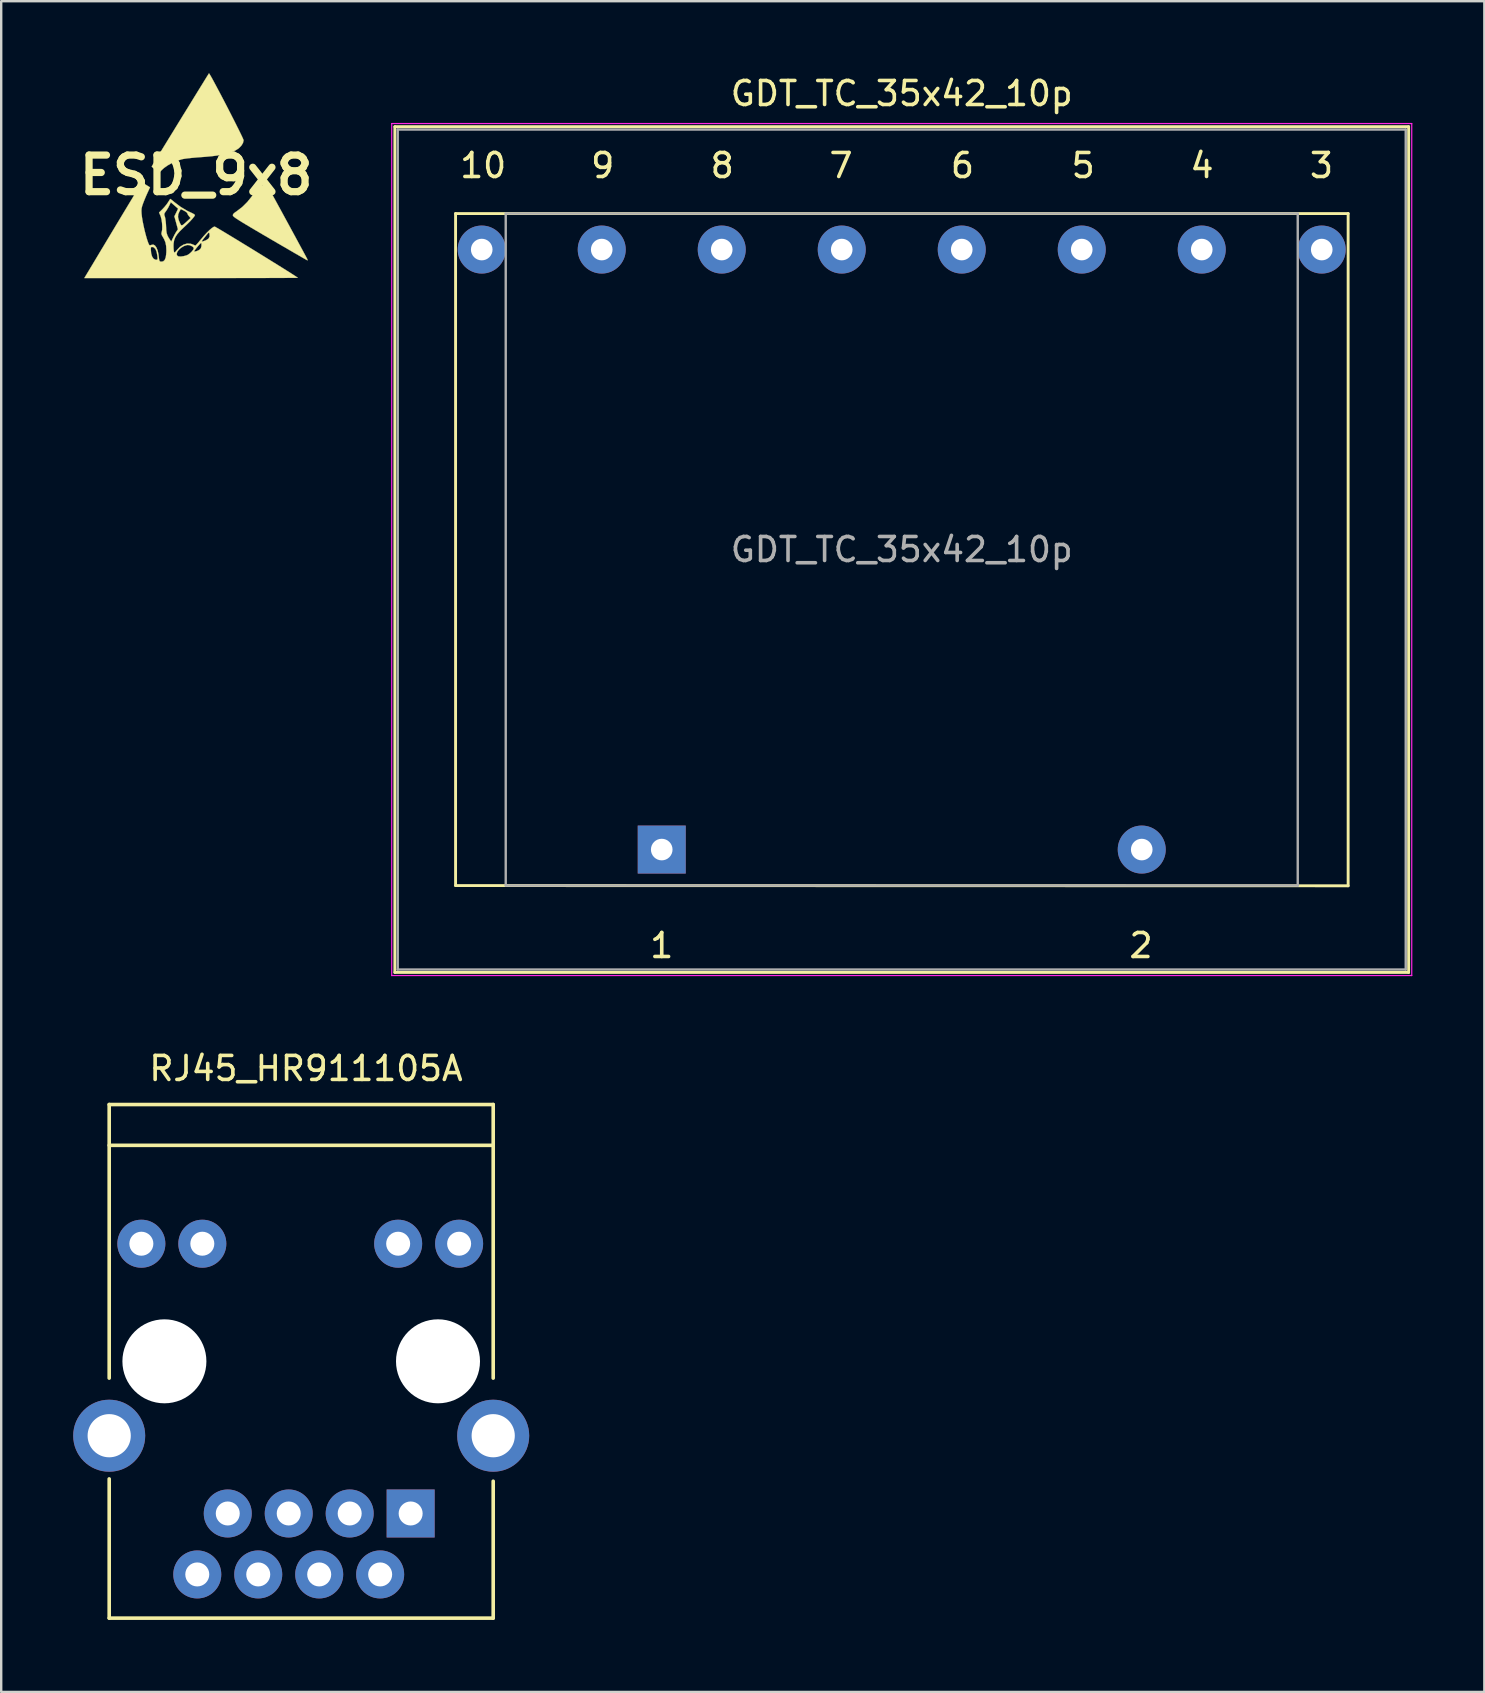
<source format=kicad_pcb>
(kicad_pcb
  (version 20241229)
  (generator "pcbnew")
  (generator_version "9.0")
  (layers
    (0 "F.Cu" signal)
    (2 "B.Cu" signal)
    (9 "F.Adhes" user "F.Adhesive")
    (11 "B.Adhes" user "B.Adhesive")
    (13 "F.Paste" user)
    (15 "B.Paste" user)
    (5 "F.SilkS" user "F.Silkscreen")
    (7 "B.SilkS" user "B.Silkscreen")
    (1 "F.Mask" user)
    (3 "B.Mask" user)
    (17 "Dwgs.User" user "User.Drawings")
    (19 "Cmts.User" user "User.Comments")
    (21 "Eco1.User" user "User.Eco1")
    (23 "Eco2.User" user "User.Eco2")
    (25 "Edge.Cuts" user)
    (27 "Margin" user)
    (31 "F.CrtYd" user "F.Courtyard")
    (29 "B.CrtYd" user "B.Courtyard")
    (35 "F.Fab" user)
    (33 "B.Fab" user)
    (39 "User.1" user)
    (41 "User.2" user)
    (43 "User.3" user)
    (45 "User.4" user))
  (footprint "ESD_9x8"
    (layer "F.Cu")
    (at 5.124 4.246)
    (property "Reference" "ESD_9x8" (at 0 0 0) (layer "F.SilkS") (effects (font (size 1.524 1.524) (thickness 0.3))))
    (attr through_hole)
    (fp_poly (pts (xy 2.935 0.385) (xy 2.935 0.385) (xy 2.951 0.412) (xy 2.99 0.483) (xy 3.052 0.594) (xy 3.131 0.739) (xy 3.227 0.914) (xy 3.335 1.112) (xy 3.453 1.329) (xy 3.579 1.559) (xy 3.709 1.799) (xy 3.841 2.041) (xy 3.972 2.282) (xy 4.099 2.516) (xy 4.219 2.738) (xy 4.33 2.943) (xy 4.429 3.126) (xy 4.513 3.282) (xy 4.579 3.404) (xy 4.624 3.49) (xy 4.625 3.493) (xy 4.643 3.538) (xy 4.636 3.553) (xy 4.609 3.539) (xy 4.537 3.498) (xy 4.424 3.434) (xy 4.276 3.348) (xy 4.095 3.244) (xy 3.887 3.123) (xy 3.655 2.988) (xy 3.403 2.842) (xy 3.136 2.686) (xy 3.076 2.651) (xy 2.758 2.465) (xy 2.486 2.305) (xy 2.256 2.169) (xy 2.065 2.055) (xy 1.909 1.961) (xy 1.786 1.884) (xy 1.691 1.823) (xy 1.621 1.775) (xy 1.574 1.738) (xy 1.545 1.711) (xy 1.532 1.691) (xy 1.529 1.684) (xy 1.533 1.644) (xy 1.559 1.604) (xy 1.616 1.555) (xy 1.714 1.487) (xy 1.716 1.485) (xy 1.927 1.322) (xy 2.131 1.119) (xy 2.313 0.893) (xy 2.418 0.733) (xy 2.484 0.625) (xy 2.535 0.553) (xy 2.583 0.506) (xy 2.643 0.471) (xy 2.726 0.435) (xy 2.733 0.432) (xy 2.826 0.4) (xy 2.898 0.383) (xy 2.935 0.385)) (stroke (width 0.01) (type solid)) (fill yes) (layer "F.SilkS"))
    (fp_poly (pts (xy 0.55 -4.221) (xy 0.589 -4.157) (xy 0.649 -4.053) (xy 0.724 -3.915) (xy 0.814 -3.748) (xy 0.915 -3.558) (xy 1.025 -3.351) (xy 1.14 -3.131) (xy 1.258 -2.904) (xy 1.375 -2.676) (xy 1.49 -2.451) (xy 1.599 -2.237) (xy 1.699 -2.037) (xy 1.789 -1.857) (xy 1.864 -1.704) (xy 1.922 -1.582) (xy 1.96 -1.496) (xy 1.975 -1.453) (xy 1.976 -1.451) (xy 1.95 -1.337) (xy 1.878 -1.221) (xy 1.77 -1.114) (xy 1.639 -1.03) (xy 1.491 -0.964) (xy 1.326 -0.907) (xy 1.139 -0.861) (xy 0.922 -0.822) (xy 0.667 -0.789) (xy 0.368 -0.761) (xy 0.183 -0.748) (xy -0.007 -0.733) (xy -0.192 -0.716) (xy -0.357 -0.698) (xy -0.492 -0.68) (xy -0.584 -0.663) (xy -0.593 -0.661) (xy -0.791 -0.599) (xy -0.992 -0.512) (xy -1.179 -0.41) (xy -1.335 -0.301) (xy -1.39 -0.252) (xy -1.461 -0.184) (xy -1.513 -0.135) (xy -1.536 -0.114) (xy -1.536 -0.114) (xy -1.559 -0.13) (xy -1.615 -0.169) (xy -1.694 -0.224) (xy -1.701 -0.229) (xy -1.78 -0.287) (xy -1.834 -0.334) (xy -1.853 -0.361) (xy -1.853 -0.361) (xy -1.824 -0.408) (xy -1.771 -0.497) (xy -1.694 -0.623) (xy -1.597 -0.781) (xy -1.482 -0.968) (xy -1.353 -1.179) (xy -1.211 -1.41) (xy -1.06 -1.656) (xy -0.902 -1.913) (xy -0.741 -2.176) (xy -0.578 -2.441) (xy -0.416 -2.703) (xy -0.258 -2.959) (xy -0.108 -3.204) (xy 0.034 -3.434) (xy 0.163 -3.643) (xy 0.277 -3.828) (xy 0.373 -3.984) (xy 0.449 -4.107) (xy 0.503 -4.192) (xy 0.53 -4.236) (xy 0.533 -4.241) (xy 0.55 -4.221)) (stroke (width 0.01) (type solid)) (fill yes) (layer "F.SilkS"))
    (fp_poly (pts (xy -2.227 0.324) (xy -2.164 0.361) (xy -2.083 0.41) (xy -1.923 0.51) (xy -2.031 0.742) (xy -2.092 0.881) (xy -2.156 1.033) (xy -2.209 1.17) (xy -2.215 1.185) (xy -2.255 1.304) (xy -2.276 1.397) (xy -2.281 1.492) (xy -2.275 1.616) (xy -2.274 1.623) (xy -2.259 1.752) (xy -2.234 1.906) (xy -2.2 2.077) (xy -2.161 2.254) (xy -2.118 2.428) (xy -2.074 2.59) (xy -2.031 2.73) (xy -1.992 2.838) (xy -1.959 2.906) (xy -1.944 2.923) (xy -1.903 2.923) (xy -1.863 2.907) (xy -1.789 2.894) (xy -1.719 2.932) (xy -1.657 3.016) (xy -1.606 3.142) (xy -1.57 3.303) (xy -1.559 3.392) (xy -1.547 3.498) (xy -1.534 3.561) (xy -1.514 3.592) (xy -1.483 3.604) (xy -1.463 3.607) (xy -1.376 3.595) (xy -1.312 3.536) (xy -1.269 3.427) (xy -1.247 3.274) (xy -0.812 3.274) (xy -0.803 3.338) (xy -0.754 3.381) (xy -0.734 3.387) (xy -0.64 3.393) (xy -0.522 3.377) (xy -0.405 3.345) (xy -0.346 3.32) (xy -0.264 3.262) (xy -0.182 3.184) (xy -0.176 3.176) (xy -0.085 3.176) (xy -0.063 3.186) (xy -0.008 3.176) (xy 0.061 3.151) (xy 0.128 3.116) (xy 0.141 3.107) (xy 0.194 3.05) (xy 0.218 2.966) (xy 0.22 2.936) (xy 0.22 2.864) (xy 0.209 2.828) (xy 0.202 2.826) (xy 0.173 2.852) (xy 0.121 2.908) (xy 0.058 2.981) (xy -0.004 3.058) (xy -0.054 3.125) (xy -0.082 3.169) (xy -0.085 3.176) (xy -0.176 3.176) (xy -0.121 3.104) (xy -0.104 3.068) (xy -0.107 3.023) (xy -0.157 2.976) (xy -0.177 2.963) (xy -0.278 2.918) (xy -0.377 2.913) (xy -0.493 2.95) (xy -0.526 2.965) (xy -0.637 3.033) (xy -0.724 3.113) (xy -0.784 3.196) (xy -0.812 3.274) (xy -1.247 3.274) (xy -1.246 3.268) (xy -1.242 3.136) (xy -1.251 2.954) (xy -1.28 2.807) (xy -1.333 2.675) (xy -1.379 2.594) (xy -1.428 2.51) (xy -1.448 2.452) (xy -1.444 2.4) (xy -1.435 2.369) (xy -1.417 2.273) (xy -1.414 2.142) (xy -1.423 1.994) (xy -1.444 1.85) (xy -1.475 1.729) (xy -1.489 1.69) (xy -1.519 1.623) (xy -1.33 1.623) (xy -1.323 1.677) (xy -1.304 1.732) (xy -1.286 1.812) (xy -1.27 1.928) (xy -1.258 2.063) (xy -1.255 2.134) (xy -1.247 2.293) (xy -1.23 2.414) (xy -1.198 2.514) (xy -1.146 2.612) (xy -1.094 2.689) (xy -1.039 2.768) (xy -0.957 2.595) (xy -0.905 2.491) (xy -0.852 2.397) (xy -0.817 2.34) (xy -0.76 2.26) (xy -0.9 1.746) (xy -0.757 1.746) (xy -0.728 1.873) (xy -0.692 1.962) (xy -0.657 2.039) (xy -0.627 2.084) (xy -0.593 2.094) (xy -0.545 2.069) (xy -0.473 2.009) (xy -0.388 1.932) (xy -0.233 1.789) (xy -0.3 1.711) (xy -0.345 1.649) (xy -0.367 1.598) (xy -0.367 1.593) (xy -0.39 1.559) (xy -0.45 1.514) (xy -0.504 1.484) (xy -0.641 1.414) (xy -0.701 1.522) (xy -0.748 1.634) (xy -0.757 1.746) (xy -0.9 1.746) (xy -0.908 1.717) (xy -0.83 1.559) (xy -0.753 1.4) (xy -0.905 1.265) (xy -1.058 1.131) (xy -1.119 1.264) (xy -1.174 1.37) (xy -1.24 1.476) (xy -1.262 1.506) (xy -1.311 1.575) (xy -1.33 1.623) (xy -1.519 1.623) (xy -1.547 1.559) (xy -1.407 1.422) (xy -1.318 1.325) (xy -1.23 1.217) (xy -1.179 1.143) (xy -1.13 1.066) (xy -1.095 1.011) (xy -1.083 0.992) (xy -1.06 1.004) (xy -1.005 1.045) (xy -0.93 1.107) (xy -0.912 1.123) (xy -0.641 1.328) (xy -0.355 1.497) (xy -0.226 1.557) (xy -0.137 1.6) (xy -0.074 1.639) (xy -0.05 1.667) (xy -0.051 1.668) (xy -0.082 1.725) (xy -0.152 1.813) (xy -0.255 1.926) (xy -0.388 2.058) (xy -0.526 2.188) (xy -0.681 2.339) (xy -0.795 2.47) (xy -0.872 2.592) (xy -0.919 2.715) (xy -0.941 2.849) (xy -0.945 2.949) (xy -0.942 3.057) (xy -0.934 3.147) (xy -0.924 3.2) (xy -0.907 3.224) (xy -0.883 3.217) (xy -0.843 3.173) (xy -0.803 3.123) (xy -0.677 2.991) (xy -0.534 2.9) (xy -0.386 2.854) (xy -0.24 2.856) (xy -0.131 2.893) (xy -0.069 2.922) (xy -0.031 2.935) (xy -0.03 2.935) (xy -0.006 2.914) (xy 0.046 2.858) (xy 0.117 2.776) (xy 0.129 2.76) (xy 0.233 2.76) (xy 0.241 2.765) (xy 0.258 2.765) (xy 0.305 2.754) (xy 0.381 2.726) (xy 0.415 2.711) (xy 0.513 2.646) (xy 0.559 2.56) (xy 0.555 2.451) (xy 0.552 2.44) (xy 0.541 2.405) (xy 0.526 2.397) (xy 0.497 2.419) (xy 0.446 2.478) (xy 0.403 2.531) (xy 0.32 2.635) (xy 0.267 2.703) (xy 0.24 2.742) (xy 0.233 2.76) (xy 0.129 2.76) (xy 0.185 2.692) (xy 0.314 2.539) (xy 0.439 2.403) (xy 0.555 2.29) (xy 0.654 2.205) (xy 0.731 2.156) (xy 0.768 2.145) (xy 0.799 2.159) (xy 0.872 2.201) (xy 0.984 2.266) (xy 1.129 2.352) (xy 1.303 2.457) (xy 1.501 2.577) (xy 1.719 2.709) (xy 1.952 2.852) (xy 2.196 3.001) (xy 2.445 3.154) (xy 2.695 3.308) (xy 2.941 3.46) (xy 3.179 3.608) (xy 3.405 3.748) (xy 3.612 3.877) (xy 3.798 3.994) (xy 3.956 4.094) (xy 4.084 4.176) (xy 4.175 4.236) (xy 4.225 4.271) (xy 4.233 4.279) (xy 4.206 4.28) (xy 4.124 4.281) (xy 3.993 4.282) (xy 3.814 4.283) (xy 3.59 4.284) (xy 3.326 4.285) (xy 3.023 4.286) (xy 2.684 4.287) (xy 2.313 4.288) (xy 1.913 4.288) (xy 1.486 4.289) (xy 1.036 4.289) (xy 0.566 4.29) (xy 0.078 4.29) (xy -0.213 4.29) (xy -4.66 4.29) (xy -4.595 4.181) (xy -4.275 3.649) (xy -3.984 3.163) (xy -3.934 3.081) (xy -1.89 3.081) (xy -1.89 3.096) (xy -1.876 3.26) (xy -1.838 3.391) (xy -1.778 3.481) (xy -1.701 3.525) (xy -1.671 3.528) (xy -1.633 3.525) (xy -1.613 3.509) (xy -1.609 3.465) (xy -1.616 3.382) (xy -1.619 3.354) (xy -1.649 3.193) (xy -1.699 3.078) (xy -1.767 3.011) (xy -1.815 2.997) (xy -1.864 2.996) (xy -1.886 3.019) (xy -1.89 3.081) (xy -3.934 3.081) (xy -3.719 2.722) (xy -3.481 2.325) (xy -3.267 1.969) (xy -3.077 1.653) (xy -2.909 1.375) (xy -2.764 1.134) (xy -2.639 0.928) (xy -2.534 0.754) (xy -2.447 0.612) (xy -2.378 0.499) (xy -2.325 0.414) (xy -2.289 0.356) (xy -2.266 0.322) (xy -2.257 0.31) (xy -2.257 0.31) (xy -2.227 0.324)) (stroke (width 0.01) (type solid)) (fill yes) (layer "F.SilkS")))
  (footprint "GDT_TC_35x42_10p"
    (layer "F.Cu")
    (at 24.522 32.348)
    (property "Reference" "GDT_TC_35x42_10p" (at 10 -31.5 0) (layer "F.SilkS") (effects (font (size 1 1) (thickness 0.15))))
    (attr through_hole)
    (fp_line (start -11.12 -30.12) (end -11.12 5.12) (stroke (width 0.12) (type solid)) (layer "F.SilkS"))
    (fp_line (start -11.12 -30.12) (end 31.12 -30.12) (stroke (width 0.12) (type solid)) (layer "F.SilkS"))
    (fp_line (start -8.59 -26.5) (end 28.6 -26.5) (stroke (width 0.12) (type solid)) (layer "F.SilkS"))
    (fp_line (start -8.59 1.5) (end -8.59 -26.5) (stroke (width 0.12) (type solid)) (layer "F.SilkS"))
    (fp_line (start 28.6 -26.5) (end 28.6 1.51) (stroke (width 0.12) (type solid)) (layer "F.SilkS"))
    (fp_line (start 28.6 1.51) (end -8.59 1.5) (stroke (width 0.12) (type solid)) (layer "F.SilkS"))
    (fp_line (start 31.12 5.12) (end -11.12 5.12) (stroke (width 0.12) (type solid)) (layer "F.SilkS"))
    (fp_line (start 31.12 5.12) (end 31.12 -30.12) (stroke (width 0.12) (type solid)) (layer "F.SilkS"))
    (fp_line (start -11.25 -30.25) (end -11.25 5.25) (stroke (width 0.05) (type solid)) (layer "F.CrtYd"))
    (fp_line (start -11.25 -30.25) (end 31.25 -30.25) (stroke (width 0.05) (type solid)) (layer "F.CrtYd"))
    (fp_line (start 31.25 5.25) (end -11.25 5.25) (stroke (width 0.05) (type solid)) (layer "F.CrtYd"))
    (fp_line (start 31.25 5.25) (end 31.25 -30.25) (stroke (width 0.05) (type solid)) (layer "F.CrtYd"))
    (fp_line (start -11 -30) (end 31 -30) (stroke (width 0.1) (type solid)) (layer "F.Fab"))
    (fp_line (start -11 5) (end -11 -30) (stroke (width 0.1) (type solid)) (layer "F.Fab"))
    (fp_line (start -6.5 -26.5) (end -6.5 1.5) (stroke (width 0.1) (type solid)) (layer "F.Fab"))
    (fp_line (start -6.5 1.5) (end 26.5 1.5) (stroke (width 0.1) (type solid)) (layer "F.Fab"))
    (fp_line (start 26.5 -26.5) (end -6.5 -26.5) (stroke (width 0.1) (type solid)) (layer "F.Fab"))
    (fp_line (start 26.5 1.5) (end 26.5 -26.5) (stroke (width 0.1) (type solid)) (layer "F.Fab"))
    (fp_line (start 31 -30) (end 31 5) (stroke (width 0.1) (type solid)) (layer "F.Fab"))
    (fp_line (start 31 5) (end -11 5) (stroke (width 0.1) (type solid)) (layer "F.Fab"))
    (fp_text user "8" (at 2.52 -28.5 0) (layer "F.SilkS") (effects (font (size 1 1) (thickness 0.15))))
    (fp_text user "6" (at 12.53 -28.5 0) (layer "F.SilkS") (effects (font (size 1 1) (thickness 0.15))))
    (fp_text user "5" (at 17.56 -28.5 0) (layer "F.SilkS") (effects (font (size 1 1) (thickness 0.15))))
    (fp_text user "9" (at -2.46 -28.5 0) (layer "F.SilkS") (effects (font (size 1 1) (thickness 0.15))))
    (fp_text user "7" (at 7.47 -28.5 0) (layer "F.SilkS") (effects (font (size 1 1) (thickness 0.15))))
    (fp_text user "2" (at 19.97 4 0) (layer "F.SilkS") (effects (font (size 1 1) (thickness 0.15))))
    (fp_text user "1" (at 0 4 0) (layer "F.SilkS") (effects (font (size 1 1) (thickness 0.15))))
    (fp_text user "3" (at 27.49 -28.5 0) (layer "F.SilkS") (effects (font (size 1 1) (thickness 0.15))))
    (fp_text user "4" (at 22.51 -28.5 0) (layer "F.SilkS") (effects (font (size 1 1) (thickness 0.15))))
    (fp_text user "10" (at -7.44 -28.5 0) (layer "F.SilkS") (effects (font (size 1 1) (thickness 0.15))))
    (fp_text user "${REFERENCE}" (at 10 -12.5 0) (layer "F.Fab") (effects (font (size 1 1) (thickness 0.15))))
    (pad "1" thru_hole rect (at 0 0) (size 2 2) (drill 0.9) (layers "*.Cu" "*.Mask"))
    (pad "2" thru_hole circle (at 20 0) (size 2 2) (drill 0.9) (layers "*.Cu" "*.Mask"))
    (pad "3" thru_hole circle (at 27.5 -25) (size 2 2) (drill 0.9) (layers "*.Cu" "*.Mask"))
    (pad "4" thru_hole circle (at 22.5 -25) (size 2 2) (drill 0.9) (layers "*.Cu" "*.Mask"))
    (pad "5" thru_hole circle (at 17.5 -25) (size 2 2) (drill 0.9) (layers "*.Cu" "*.Mask"))
    (pad "6" thru_hole circle (at 12.5 -25) (size 2 2) (drill 0.9) (layers "*.Cu" "*.Mask"))
    (pad "7" thru_hole circle (at 7.5 -25) (size 2 2) (drill 0.9) (layers "*.Cu" "*.Mask"))
    (pad "8" thru_hole circle (at 2.5 -25) (size 2 2) (drill 0.9) (layers "*.Cu" "*.Mask"))
    (pad "9" thru_hole circle (at -2.5 -25) (size 2 2) (drill 0.9) (layers "*.Cu" "*.Mask"))
    (pad "10" thru_hole circle (at -7.5 -25) (size 2 2) (drill 0.9) (layers "*.Cu" "*.Mask")))
  (footprint "RJ45_HR911105A"
    (layer "F.Cu")
    (at 9.6 51.971)
    (property "Reference" "RJ45_HR911105A" (at 0.1 -10.5 0) (layer "F.SilkS") (effects (font (size 1 1) (thickness 0.15))))
    (attr through_hole)
    (fp_line (start -8.1 -9) (end 7.9 -9) (stroke (width 0.15) (type solid)) (layer "F.SilkS"))
    (fp_line (start -8.1 -7.3) (end 7.9 -7.3) (stroke (width 0.15) (type solid)) (layer "F.SilkS"))
    (fp_line (start -8.1 2.4) (end -8.1 -9) (stroke (width 0.15) (type solid)) (layer "F.SilkS"))
    (fp_line (start -8.1 12.4) (end -8.1 6.6) (stroke (width 0.15) (type solid)) (layer "F.SilkS"))
    (fp_line (start -8.1 12.4) (end 7.9 12.4) (stroke (width 0.15) (type solid)) (layer "F.SilkS"))
    (fp_line (start 7.9 -9) (end 7.9 2.4) (stroke (width 0.15) (type solid)) (layer "F.SilkS"))
    (fp_line (start 7.9 6.696) (end 7.9 12.4) (stroke (width 0.15) (type solid)) (layer "F.SilkS"))
    (pad "" np_thru_hole circle (at -5.8 1.7) (size 3.5 3.5) (drill 3.5) (layers "*.Cu" "*.Mask"))
    (pad "" np_thru_hole circle (at 5.6 1.7) (size 3.5 3.5) (drill 3.5) (layers "*.Cu" "*.Mask"))
    (pad "1" thru_hole rect (at 4.46 8.04) (size 2 2) (drill 1) (layers "*.Cu" "*.Mask"))
    (pad "2" thru_hole circle (at 3.19 10.58) (size 2 2) (drill 1) (layers "*.Cu" "*.Mask"))
    (pad "3" thru_hole circle (at 1.92 8.04) (size 2 2) (drill 1) (layers "*.Cu" "*.Mask"))
    (pad "4" thru_hole circle (at 0.65 10.58) (size 2 2) (drill 1) (layers "*.Cu" "*.Mask"))
    (pad "5" thru_hole circle (at -0.62 8.04) (size 2 2) (drill 1) (layers "*.Cu" "*.Mask"))
    (pad "6" thru_hole circle (at -1.89 10.58) (size 2 2) (drill 1) (layers "*.Cu" "*.Mask"))
    (pad "7" thru_hole circle (at -3.16 8.04) (size 2 2) (drill 1) (layers "*.Cu" "*.Mask"))
    (pad "8" thru_hole circle (at -4.43 10.58) (size 2 2) (drill 1) (layers "*.Cu" "*.Mask"))
    (pad "9" thru_hole circle (at 6.48 -3.2) (size 2 2) (drill 1) (layers "*.Cu" "*.Mask"))
    (pad "10" thru_hole circle (at 3.94 -3.2) (size 2 2) (drill 1) (layers "*.Cu" "*.Mask"))
    (pad "11" thru_hole circle (at -4.22 -3.2) (size 2 2) (drill 1) (layers "*.Cu" "*.Mask"))
    (pad "12" thru_hole circle (at -6.76 -3.2) (size 2 2) (drill 1) (layers "*.Cu" "*.Mask"))
    (pad "13" thru_hole circle (at -8.1 4.8) (size 3 3) (drill 1.8) (layers "*.Cu" "*.Mask"))
    (pad "13" thru_hole circle (at 7.9 4.8) (size 3 3) (drill 1.8) (layers "*.Cu" "*.Mask")))
  (gr_rect
    (start -3 -3)
    (end 58.797 67.447)
    (stroke (width 0.1) (type default))
    (fill no)
    (layer "Edge.Cuts")))
</source>
